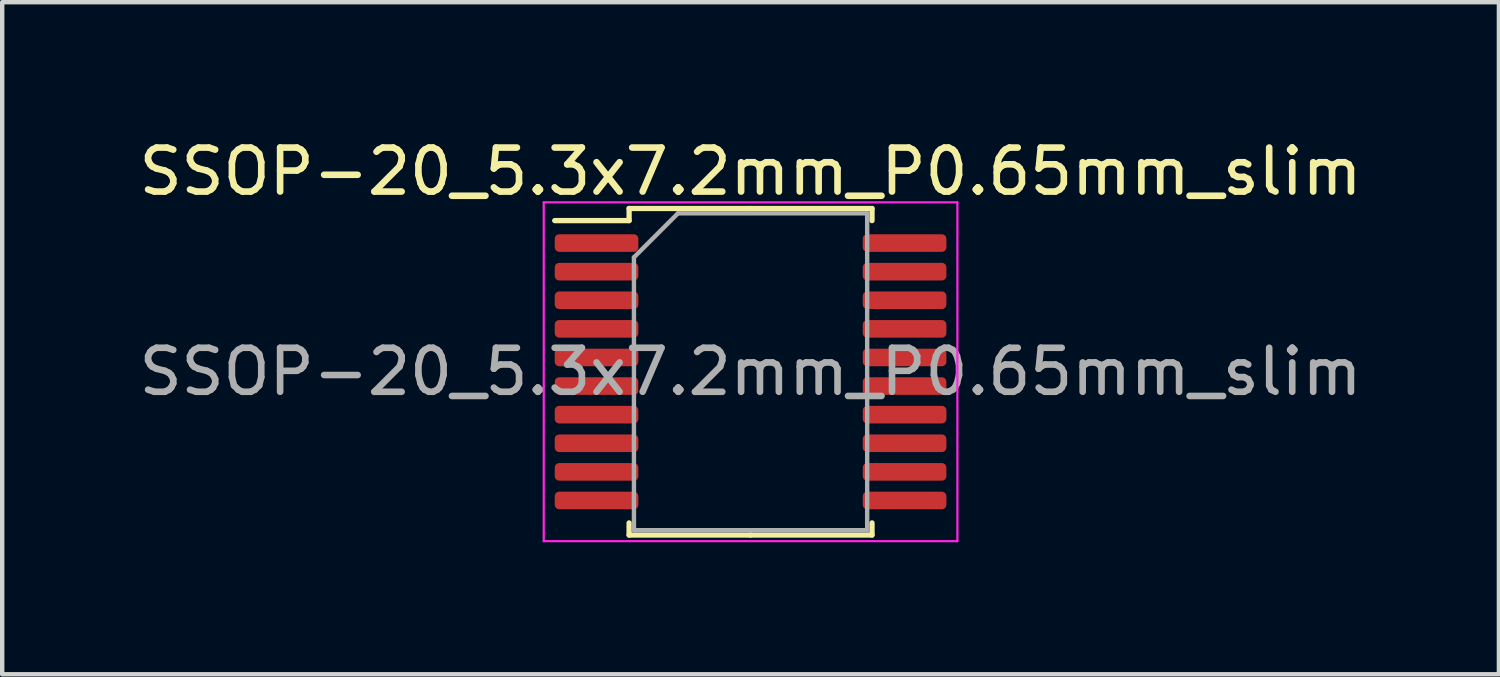
<source format=kicad_pcb>
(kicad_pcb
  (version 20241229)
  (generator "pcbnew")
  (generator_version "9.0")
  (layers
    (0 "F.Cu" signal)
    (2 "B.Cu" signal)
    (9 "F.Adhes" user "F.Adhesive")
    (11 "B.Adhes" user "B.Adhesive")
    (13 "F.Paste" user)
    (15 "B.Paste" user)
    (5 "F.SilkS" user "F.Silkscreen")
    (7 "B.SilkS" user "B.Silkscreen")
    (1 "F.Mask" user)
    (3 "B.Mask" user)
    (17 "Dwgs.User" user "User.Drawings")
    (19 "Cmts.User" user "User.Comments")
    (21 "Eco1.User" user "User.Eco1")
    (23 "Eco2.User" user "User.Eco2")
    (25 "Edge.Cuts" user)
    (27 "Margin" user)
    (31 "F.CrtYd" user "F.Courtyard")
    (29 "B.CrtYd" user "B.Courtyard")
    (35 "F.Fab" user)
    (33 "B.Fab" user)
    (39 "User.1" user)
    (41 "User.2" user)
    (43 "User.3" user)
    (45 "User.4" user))
  (footprint "SSOP-20_5.3x7.2mm_P0.65mm_slim"
    (layer "F.Cu")
    (at 14.006 5.398)
    (property "Reference" "SSOP-20_5.3x7.2mm_P0.65mm_slim" (at 0 -4.55 0) (layer "F.SilkS") (effects (font (size 1 1) (thickness 0.15))))
    (attr smd)
    (fp_line (start -2.76 -3.71) (end -2.76 -3.435) (stroke (width 0.12) (type solid)) (layer "F.SilkS"))
    (fp_line (start -2.76 -3.435) (end -4.45 -3.435) (stroke (width 0.12) (type solid)) (layer "F.SilkS"))
    (fp_line (start -2.76 3.71) (end -2.76 3.435) (stroke (width 0.12) (type solid)) (layer "F.SilkS"))
    (fp_line (start 0 -3.71) (end -2.76 -3.71) (stroke (width 0.12) (type solid)) (layer "F.SilkS"))
    (fp_line (start 0 -3.71) (end 2.76 -3.71) (stroke (width 0.12) (type solid)) (layer "F.SilkS"))
    (fp_line (start 0 3.71) (end -2.76 3.71) (stroke (width 0.12) (type solid)) (layer "F.SilkS"))
    (fp_line (start 0 3.71) (end 2.76 3.71) (stroke (width 0.12) (type solid)) (layer "F.SilkS"))
    (fp_line (start 2.76 -3.71) (end 2.76 -3.435) (stroke (width 0.12) (type solid)) (layer "F.SilkS"))
    (fp_line (start 2.76 3.71) (end 2.76 3.435) (stroke (width 0.12) (type solid)) (layer "F.SilkS"))
    (fp_line (start -4.7 -3.85) (end -4.7 3.85) (stroke (width 0.05) (type solid)) (layer "F.CrtYd"))
    (fp_line (start -4.7 3.85) (end 4.7 3.85) (stroke (width 0.05) (type solid)) (layer "F.CrtYd"))
    (fp_line (start 4.7 -3.85) (end -4.7 -3.85) (stroke (width 0.05) (type solid)) (layer "F.CrtYd"))
    (fp_line (start 4.7 3.85) (end 4.7 -3.85) (stroke (width 0.05) (type solid)) (layer "F.CrtYd"))
    (fp_line (start -2.65 -2.6) (end -1.65 -3.6) (stroke (width 0.1) (type solid)) (layer "F.Fab"))
    (fp_line (start -2.65 3.6) (end -2.65 -2.6) (stroke (width 0.1) (type solid)) (layer "F.Fab"))
    (fp_line (start -1.65 -3.6) (end 2.65 -3.6) (stroke (width 0.1) (type solid)) (layer "F.Fab"))
    (fp_line (start 2.65 -3.6) (end 2.65 3.6) (stroke (width 0.1) (type solid)) (layer "F.Fab"))
    (fp_line (start 2.65 3.6) (end -2.65 3.6) (stroke (width 0.1) (type solid)) (layer "F.Fab"))
    (fp_text user "${REFERENCE}" (at 0 0 0) (layer "F.Fab") (effects (font (size 1 1) (thickness 0.15))))
    (pad "1" smd roundrect (at -3.5 -2.925) (size 1.9 0.4) (layers "F.Cu" "F.Mask" "F.Paste") (roundrect_rratio 0.25))
    (pad "2" smd roundrect (at -3.5 -2.275) (size 1.9 0.4) (layers "F.Cu" "F.Mask" "F.Paste") (roundrect_rratio 0.25))
    (pad "3" smd roundrect (at -3.5 -1.625) (size 1.9 0.4) (layers "F.Cu" "F.Mask" "F.Paste") (roundrect_rratio 0.25))
    (pad "4" smd roundrect (at -3.5 -0.975) (size 1.9 0.4) (layers "F.Cu" "F.Mask" "F.Paste") (roundrect_rratio 0.25))
    (pad "5" smd roundrect (at -3.5 -0.325) (size 1.9 0.4) (layers "F.Cu" "F.Mask" "F.Paste") (roundrect_rratio 0.25))
    (pad "6" smd roundrect (at -3.5 0.325) (size 1.9 0.4) (layers "F.Cu" "F.Mask" "F.Paste") (roundrect_rratio 0.25))
    (pad "7" smd roundrect (at -3.5 0.975) (size 1.9 0.4) (layers "F.Cu" "F.Mask" "F.Paste") (roundrect_rratio 0.25))
    (pad "8" smd roundrect (at -3.5 1.625) (size 1.9 0.4) (layers "F.Cu" "F.Mask" "F.Paste") (roundrect_rratio 0.25))
    (pad "9" smd roundrect (at -3.5 2.275) (size 1.9 0.4) (layers "F.Cu" "F.Mask" "F.Paste") (roundrect_rratio 0.25))
    (pad "10" smd roundrect (at -3.5 2.925) (size 1.9 0.4) (layers "F.Cu" "F.Mask" "F.Paste") (roundrect_rratio 0.25))
    (pad "11" smd roundrect (at 3.5 2.925) (size 1.9 0.4) (layers "F.Cu" "F.Mask" "F.Paste") (roundrect_rratio 0.25))
    (pad "12" smd roundrect (at 3.5 2.275) (size 1.9 0.4) (layers "F.Cu" "F.Mask" "F.Paste") (roundrect_rratio 0.25))
    (pad "13" smd roundrect (at 3.5 1.625) (size 1.9 0.4) (layers "F.Cu" "F.Mask" "F.Paste") (roundrect_rratio 0.25))
    (pad "14" smd roundrect (at 3.5 0.975) (size 1.9 0.4) (layers "F.Cu" "F.Mask" "F.Paste") (roundrect_rratio 0.25))
    (pad "15" smd roundrect (at 3.5 0.325) (size 1.9 0.4) (layers "F.Cu" "F.Mask" "F.Paste") (roundrect_rratio 0.25))
    (pad "16" smd roundrect (at 3.5 -0.325) (size 1.9 0.4) (layers "F.Cu" "F.Mask" "F.Paste") (roundrect_rratio 0.25))
    (pad "17" smd roundrect (at 3.5 -0.975) (size 1.9 0.4) (layers "F.Cu" "F.Mask" "F.Paste") (roundrect_rratio 0.25))
    (pad "18" smd roundrect (at 3.5 -1.625) (size 1.9 0.4) (layers "F.Cu" "F.Mask" "F.Paste") (roundrect_rratio 0.25))
    (pad "19" smd roundrect (at 3.5 -2.275) (size 1.9 0.4) (layers "F.Cu" "F.Mask" "F.Paste") (roundrect_rratio 0.25))
    (pad "20" smd roundrect (at 3.5 -2.925) (size 1.9 0.4) (layers "F.Cu" "F.Mask" "F.Paste") (roundrect_rratio 0.25)))
  (gr_rect
    (start -3 -3)
    (end 31.012 12.273)
    (stroke (width 0.1) (type default))
    (fill no)
    (layer "Edge.Cuts")))
</source>
